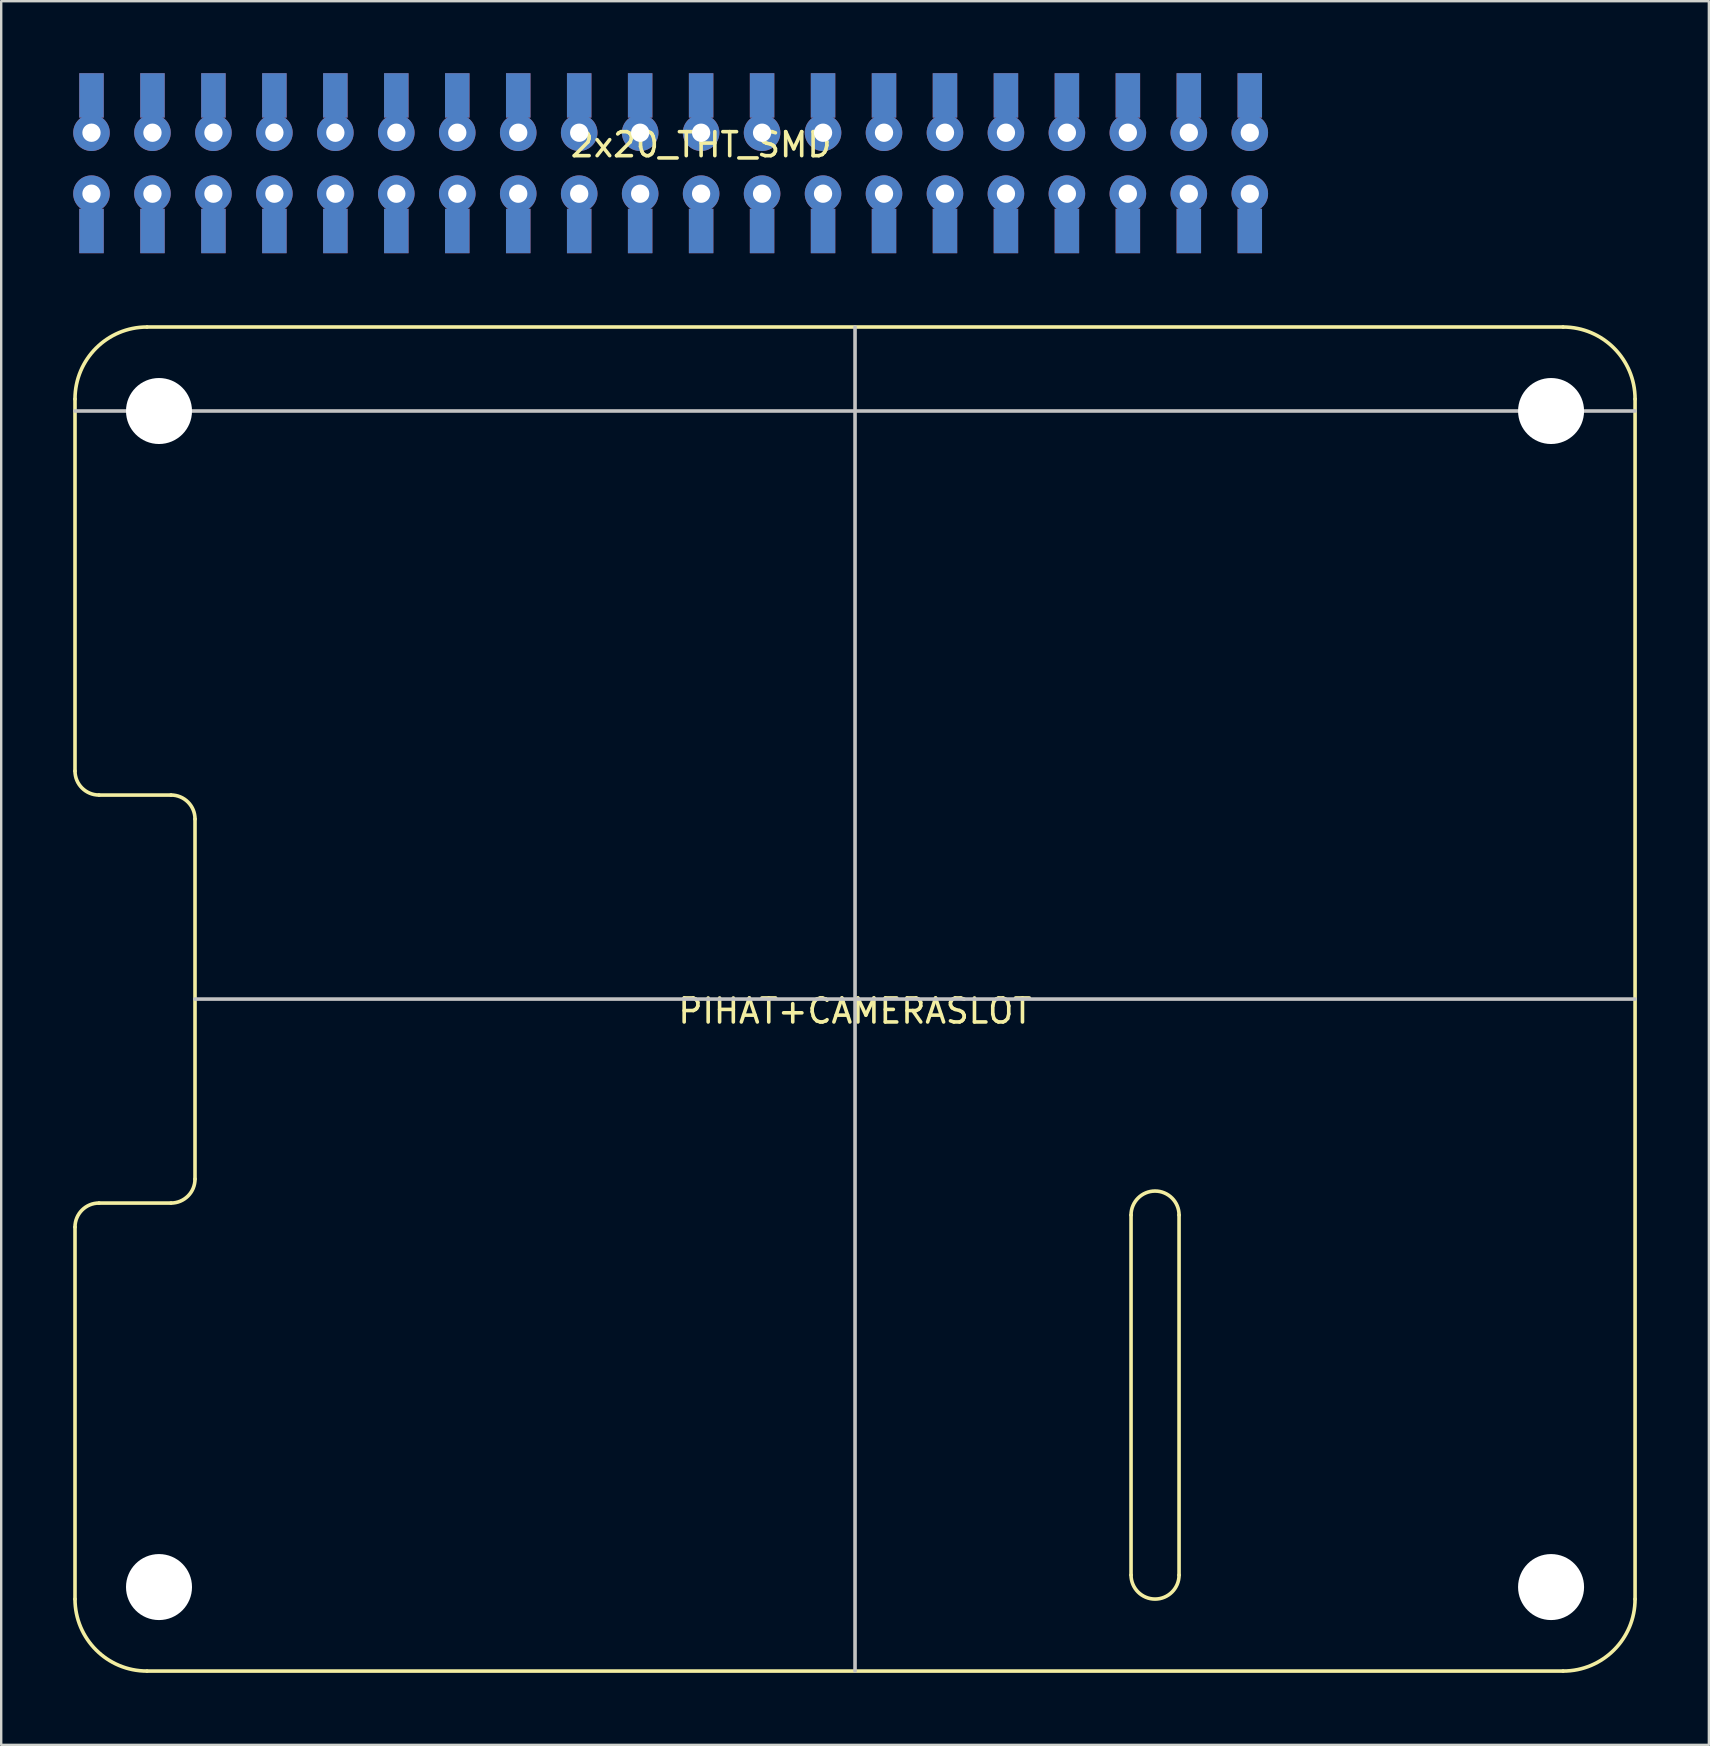
<source format=kicad_pcb>
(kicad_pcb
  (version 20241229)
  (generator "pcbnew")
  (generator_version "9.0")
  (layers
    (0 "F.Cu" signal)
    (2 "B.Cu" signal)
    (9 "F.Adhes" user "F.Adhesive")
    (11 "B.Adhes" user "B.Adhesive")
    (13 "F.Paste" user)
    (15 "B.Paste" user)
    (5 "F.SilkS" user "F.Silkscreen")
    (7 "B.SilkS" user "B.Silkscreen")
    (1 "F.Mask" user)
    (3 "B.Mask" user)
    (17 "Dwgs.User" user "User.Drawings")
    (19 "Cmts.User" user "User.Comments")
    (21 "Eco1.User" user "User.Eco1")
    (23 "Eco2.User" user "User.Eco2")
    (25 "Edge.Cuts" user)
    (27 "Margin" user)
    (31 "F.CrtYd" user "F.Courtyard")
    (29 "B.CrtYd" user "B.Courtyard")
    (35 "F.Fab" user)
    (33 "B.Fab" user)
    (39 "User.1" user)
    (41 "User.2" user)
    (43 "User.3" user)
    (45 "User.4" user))
  (footprint "PIHAT+CAMERASLOT"
    (layer "F.Cu")
    (at 32.575 38.575)
    (property "Reference" "PIHAT+CAMERASLOT" (at 0 0.5 0) (layer "F.SilkS") (effects (font (size 1 1) (thickness 0.15))))
    (attr through_hole)
    (fp_line (start -32.5 -25) (end -32.5 -9.5) (stroke (width 0.15) (type solid)) (layer "F.SilkS"))
    (fp_line (start -32.5 9.5) (end -32.5 25) (stroke (width 0.15) (type solid)) (layer "F.SilkS"))
    (fp_line (start -31.5 -8.5) (end -28.5 -8.5) (stroke (width 0.15) (type solid)) (layer "F.SilkS"))
    (fp_line (start -31.5 8.5) (end -28.5 8.5) (stroke (width 0.15) (type solid)) (layer "F.SilkS"))
    (fp_line (start -29.5 -28) (end 29.5 -28) (stroke (width 0.15) (type solid)) (layer "F.SilkS"))
    (fp_line (start -27.5 7.5) (end -27.5 -7.5) (stroke (width 0.15) (type solid)) (layer "F.SilkS"))
    (fp_line (start 11.5 24) (end 11.5 9) (stroke (width 0.15) (type solid)) (layer "F.SilkS"))
    (fp_line (start 13.5 24) (end 13.5 9) (stroke (width 0.15) (type solid)) (layer "F.SilkS"))
    (fp_line (start 29.5 28) (end -29.5 28) (stroke (width 0.15) (type solid)) (layer "F.SilkS"))
    (fp_line (start 32.5 -25) (end 32.5 25) (stroke (width 0.15) (type solid)) (layer "F.SilkS"))
    (fp_arc (start -32.5 -25) (mid -31.62132 -27.12132) (end -29.5 -28) (stroke (width 0.15) (type solid)) (layer "F.SilkS"))
    (fp_arc (start -32.5 9.5) (mid -32.207107 8.792893) (end -31.5 8.5) (stroke (width 0.15) (type solid)) (layer "F.SilkS"))
    (fp_arc (start -31.5 -8.5) (mid -32.207107 -8.792893) (end -32.5 -9.5) (stroke (width 0.15) (type solid)) (layer "F.SilkS"))
    (fp_arc (start -29.5 28) (mid -31.62132 27.12132) (end -32.5 25) (stroke (width 0.15) (type solid)) (layer "F.SilkS"))
    (fp_arc (start -28.5 -8.5) (mid -27.792893 -8.207107) (end -27.5 -7.5) (stroke (width 0.15) (type solid)) (layer "F.SilkS"))
    (fp_arc (start -27.5 7.5) (mid -27.792893 8.207107) (end -28.5 8.5) (stroke (width 0.15) (type solid)) (layer "F.SilkS"))
    (fp_arc (start 11.5 9) (mid 12.5 8) (end 13.5 9) (stroke (width 0.15) (type solid)) (layer "F.SilkS"))
    (fp_arc (start 13.5 24) (mid 12.5 25) (end 11.5 24) (stroke (width 0.15) (type solid)) (layer "F.SilkS"))
    (fp_arc (start 29.5 -28) (mid 31.62132 -27.12132) (end 32.5 -25) (stroke (width 0.15) (type solid)) (layer "F.SilkS"))
    (fp_arc (start 32.5 25) (mid 31.62132 27.12132) (end 29.5 28) (stroke (width 0.15) (type solid)) (layer "F.SilkS"))
    (fp_line (start 0 28) (end 0 -28) (stroke (width 0.15) (type solid)) (layer "Dwgs.User"))
    (fp_line (start 32.5 -24.5) (end -32.5 -24.5) (stroke (width 0.15) (type solid)) (layer "Dwgs.User"))
    (fp_line (start 32.5 0) (end -27.5 0) (stroke (width 0.15) (type solid)) (layer "Dwgs.User"))
    (pad "" np_thru_hole circle (at -29 -24.5) (size 2.75 2.75) (drill 2.75) (layers "*.Cu" "*.Mask"))
    (pad "" np_thru_hole circle (at -29 24.5) (size 2.75 2.75) (drill 2.75) (layers "*.Cu" "*.Mask"))
    (pad "" np_thru_hole circle (at 29 -24.5) (size 2.75 2.75) (drill 2.75) (layers "*.Cu" "*.Mask"))
    (pad "" np_thru_hole circle (at 29 24.5) (size 2.75 2.75) (drill 2.75) (layers "*.Cu" "*.Mask")))
  (footprint "2x20_THT_SMD"
    (layer "F.Cu")
    (at 24.892 3.75)
    (property "Reference" "2x20_THT_SMD" (at 1.27 -0.77 0) (layer "F.SilkS") (effects (font (size 1 1) (thickness 0.15))))
    (attr through_hole)
    (pad "1" thru_hole circle (at -24.13 1.27) (size 1.524 1.524) (drill 0.762) (layers "*.Cu" "*.Mask"))
    (pad "1" smd rect (at -24.13 2.825) (size 1.02 1.85) (layers "F.Cu" "F.Mask" "F.Paste"))
    (pad "1" smd rect (at -24.13 2.825) (size 1.02 1.85) (layers "B.Cu" "B.Mask" "B.Paste"))
    (pad "2" smd rect (at -24.13 -2.825) (size 1.02 1.85) (layers "B.Cu" "B.Mask" "B.Paste"))
    (pad "2" thru_hole circle (at -24.13 -1.27) (size 1.524 1.524) (drill 0.762) (layers "*.Cu" "*.Mask"))
    (pad "3" smd rect (at -24.13 -2.825) (size 1.02 1.85) (layers "F.Cu" "F.Mask" "F.Paste"))
    (pad "3" thru_hole circle (at -21.59 1.27) (size 1.524 1.524) (drill 0.762) (layers "*.Cu" "*.Mask"))
    (pad "3" smd rect (at -21.59 2.825) (size 1.02 1.85) (layers "B.Cu" "B.Mask" "B.Paste"))
    (pad "4" smd rect (at -21.59 -2.825) (size 1.02 1.85) (layers "B.Cu" "B.Mask" "B.Paste"))
    (pad "4" thru_hole circle (at -21.59 -1.27) (size 1.524 1.524) (drill 0.762) (layers "*.Cu" "*.Mask"))
    (pad "4" smd rect (at -21.59 2.825) (size 1.02 1.85) (layers "F.Cu" "F.Mask" "F.Paste"))
    (pad "5" smd rect (at -21.59 -2.825) (size 1.02 1.85) (layers "F.Cu" "F.Mask" "F.Paste"))
    (pad "5" thru_hole circle (at -19.05 1.27) (size 1.524 1.524) (drill 0.762) (layers "*.Cu" "*.Mask"))
    (pad "5" smd rect (at -19.05 2.825) (size 1.02 1.85) (layers "B.Cu" "B.Mask" "B.Paste"))
    (pad "6" smd rect (at -19.05 -2.825) (size 1.02 1.85) (layers "B.Cu" "B.Mask" "B.Paste"))
    (pad "6" thru_hole circle (at -19.05 -1.27) (size 1.524 1.524) (drill 0.762) (layers "*.Cu" "*.Mask"))
    (pad "6" smd rect (at -19.05 2.825) (size 1.02 1.85) (layers "F.Cu" "F.Mask" "F.Paste"))
    (pad "7" smd rect (at -19.05 -2.825) (size 1.02 1.85) (layers "F.Cu" "F.Mask" "F.Paste"))
    (pad "7" thru_hole circle (at -16.51 1.27) (size 1.524 1.524) (drill 0.762) (layers "*.Cu" "*.Mask"))
    (pad "7" smd rect (at -16.51 2.825) (size 1.02 1.85) (layers "B.Cu" "B.Mask" "B.Paste"))
    (pad "8" smd rect (at -16.51 -2.825) (size 1.02 1.85) (layers "B.Cu" "B.Mask" "B.Paste"))
    (pad "8" thru_hole circle (at -16.51 -1.27) (size 1.524 1.524) (drill 0.762) (layers "*.Cu" "*.Mask"))
    (pad "8" smd rect (at -16.51 2.825) (size 1.02 1.85) (layers "F.Cu" "F.Mask" "F.Paste"))
    (pad "9" smd rect (at -16.51 -2.825) (size 1.02 1.85) (layers "F.Cu" "F.Mask" "F.Paste"))
    (pad "9" thru_hole circle (at -13.97 1.27) (size 1.524 1.524) (drill 0.762) (layers "*.Cu" "*.Mask"))
    (pad "9" smd rect (at -13.97 2.825) (size 1.02 1.85) (layers "B.Cu" "B.Mask" "B.Paste"))
    (pad "10" smd rect (at -13.97 -2.825) (size 1.02 1.85) (layers "B.Cu" "B.Mask" "B.Paste"))
    (pad "10" thru_hole circle (at -13.97 -1.27) (size 1.524 1.524) (drill 0.762) (layers "*.Cu" "*.Mask"))
    (pad "10" smd rect (at -13.97 2.825) (size 1.02 1.85) (layers "F.Cu" "F.Mask" "F.Paste"))
    (pad "11" smd rect (at -13.97 -2.825) (size 1.02 1.85) (layers "F.Cu" "F.Mask" "F.Paste"))
    (pad "11" thru_hole circle (at -11.43 1.27) (size 1.524 1.524) (drill 0.762) (layers "*.Cu" "*.Mask"))
    (pad "11" smd rect (at -11.43 2.825) (size 1.02 1.85) (layers "B.Cu" "B.Mask" "B.Paste"))
    (pad "12" smd rect (at -11.43 -2.825) (size 1.02 1.85) (layers "B.Cu" "B.Mask" "B.Paste"))
    (pad "12" thru_hole circle (at -11.43 -1.27) (size 1.524 1.524) (drill 0.762) (layers "*.Cu" "*.Mask"))
    (pad "12" smd rect (at -11.43 2.825) (size 1.02 1.85) (layers "F.Cu" "F.Mask" "F.Paste"))
    (pad "13" smd rect (at -11.43 -2.825) (size 1.02 1.85) (layers "F.Cu" "F.Mask" "F.Paste"))
    (pad "13" thru_hole circle (at -8.89 1.27) (size 1.524 1.524) (drill 0.762) (layers "*.Cu" "*.Mask"))
    (pad "13" smd rect (at -8.89 2.825) (size 1.02 1.85) (layers "B.Cu" "B.Mask" "B.Paste"))
    (pad "14" smd rect (at -8.89 -2.825) (size 1.02 1.85) (layers "B.Cu" "B.Mask" "B.Paste"))
    (pad "14" thru_hole circle (at -8.89 -1.27) (size 1.524 1.524) (drill 0.762) (layers "*.Cu" "*.Mask"))
    (pad "14" smd rect (at -8.89 2.825) (size 1.02 1.85) (layers "F.Cu" "F.Mask" "F.Paste"))
    (pad "15" smd rect (at -8.89 -2.825) (size 1.02 1.85) (layers "F.Cu" "F.Mask" "F.Paste"))
    (pad "15" thru_hole circle (at -6.35 1.27) (size 1.524 1.524) (drill 0.762) (layers "*.Cu" "*.Mask"))
    (pad "15" smd rect (at -6.35 2.825) (size 1.02 1.85) (layers "B.Cu" "B.Mask" "B.Paste"))
    (pad "16" smd rect (at -6.35 -2.825) (size 1.02 1.85) (layers "B.Cu" "B.Mask" "B.Paste"))
    (pad "16" thru_hole circle (at -6.35 -1.27) (size 1.524 1.524) (drill 0.762) (layers "*.Cu" "*.Mask"))
    (pad "16" smd rect (at -6.35 2.825) (size 1.02 1.85) (layers "F.Cu" "F.Mask" "F.Paste"))
    (pad "17" smd rect (at -6.35 -2.825) (size 1.02 1.85) (layers "F.Cu" "F.Mask" "F.Paste"))
    (pad "17" thru_hole circle (at -3.81 1.27) (size 1.524 1.524) (drill 0.762) (layers "*.Cu" "*.Mask"))
    (pad "17" smd rect (at -3.81 2.825) (size 1.02 1.85) (layers "B.Cu" "B.Mask" "B.Paste"))
    (pad "18" smd rect (at -3.81 -2.825) (size 1.02 1.85) (layers "B.Cu" "B.Mask" "B.Paste"))
    (pad "18" thru_hole circle (at -3.81 -1.27) (size 1.524 1.524) (drill 0.762) (layers "*.Cu" "*.Mask"))
    (pad "18" smd rect (at -3.81 2.825) (size 1.02 1.85) (layers "F.Cu" "F.Mask" "F.Paste"))
    (pad "19" smd rect (at -3.81 -2.825) (size 1.02 1.85) (layers "F.Cu" "F.Mask" "F.Paste"))
    (pad "19" thru_hole circle (at -1.27 1.27) (size 1.524 1.524) (drill 0.762) (layers "*.Cu" "*.Mask"))
    (pad "19" smd rect (at -1.27 2.825) (size 1.02 1.85) (layers "B.Cu" "B.Mask" "B.Paste"))
    (pad "20" smd rect (at -1.27 -2.825) (size 1.02 1.85) (layers "B.Cu" "B.Mask" "B.Paste"))
    (pad "20" thru_hole circle (at -1.27 -1.27) (size 1.524 1.524) (drill 0.762) (layers "*.Cu" "*.Mask"))
    (pad "20" smd rect (at -1.27 2.825) (size 1.02 1.85) (layers "F.Cu" "F.Mask" "F.Paste"))
    (pad "21" smd rect (at -1.27 -2.825) (size 1.02 1.85) (layers "F.Cu" "F.Mask" "F.Paste"))
    (pad "21" thru_hole circle (at 1.27 1.27) (size 1.524 1.524) (drill 0.762) (layers "*.Cu" "*.Mask"))
    (pad "21" smd rect (at 1.27 2.825) (size 1.02 1.85) (layers "B.Cu" "B.Mask" "B.Paste"))
    (pad "22" smd rect (at 1.27 -2.825) (size 1.02 1.85) (layers "B.Cu" "B.Mask" "B.Paste"))
    (pad "22" thru_hole circle (at 1.27 -1.27) (size 1.524 1.524) (drill 0.762) (layers "*.Cu" "*.Mask"))
    (pad "22" smd rect (at 1.27 2.825) (size 1.02 1.85) (layers "F.Cu" "F.Mask" "F.Paste"))
    (pad "23" smd rect (at 1.27 -2.825) (size 1.02 1.85) (layers "F.Cu" "F.Mask" "F.Paste"))
    (pad "23" thru_hole circle (at 3.81 1.27) (size 1.524 1.524) (drill 0.762) (layers "*.Cu" "*.Mask"))
    (pad "23" smd rect (at 3.81 2.825) (size 1.02 1.85) (layers "B.Cu" "B.Mask" "B.Paste"))
    (pad "24" smd rect (at 3.81 -2.825) (size 1.02 1.85) (layers "B.Cu" "B.Mask" "B.Paste"))
    (pad "24" thru_hole circle (at 3.81 -1.27) (size 1.524 1.524) (drill 0.762) (layers "*.Cu" "*.Mask"))
    (pad "24" smd rect (at 3.81 2.825) (size 1.02 1.85) (layers "F.Cu" "F.Mask" "F.Paste"))
    (pad "25" smd rect (at 3.81 -2.825) (size 1.02 1.85) (layers "F.Cu" "F.Mask" "F.Paste"))
    (pad "25" thru_hole circle (at 6.35 1.27) (size 1.524 1.524) (drill 0.762) (layers "*.Cu" "*.Mask"))
    (pad "25" smd rect (at 6.35 2.825) (size 1.02 1.85) (layers "B.Cu" "B.Mask" "B.Paste"))
    (pad "26" smd rect (at 6.35 -2.825) (size 1.02 1.85) (layers "B.Cu" "B.Mask" "B.Paste"))
    (pad "26" thru_hole circle (at 6.35 -1.27) (size 1.524 1.524) (drill 0.762) (layers "*.Cu" "*.Mask"))
    (pad "26" smd rect (at 6.35 2.825) (size 1.02 1.85) (layers "F.Cu" "F.Mask" "F.Paste"))
    (pad "27" smd rect (at 6.35 -2.825) (size 1.02 1.85) (layers "F.Cu" "F.Mask" "F.Paste"))
    (pad "27" thru_hole circle (at 8.89 1.27) (size 1.524 1.524) (drill 0.762) (layers "*.Cu" "*.Mask"))
    (pad "27" smd rect (at 8.89 2.825) (size 1.02 1.85) (layers "B.Cu" "B.Mask" "B.Paste"))
    (pad "28" smd rect (at 8.89 -2.825) (size 1.02 1.85) (layers "B.Cu" "B.Mask" "B.Paste"))
    (pad "28" thru_hole circle (at 8.89 -1.27) (size 1.524 1.524) (drill 0.762) (layers "*.Cu" "*.Mask"))
    (pad "28" smd rect (at 8.89 2.825) (size 1.02 1.85) (layers "F.Cu" "F.Mask" "F.Paste"))
    (pad "29" smd rect (at 8.89 -2.825) (size 1.02 1.85) (layers "F.Cu" "F.Mask" "F.Paste"))
    (pad "29" thru_hole circle (at 11.43 1.27) (size 1.524 1.524) (drill 0.762) (layers "*.Cu" "*.Mask"))
    (pad "29" smd rect (at 11.43 2.825) (size 1.02 1.85) (layers "B.Cu" "B.Mask" "B.Paste"))
    (pad "30" smd rect (at 11.43 -2.825) (size 1.02 1.85) (layers "B.Cu" "B.Mask" "B.Paste"))
    (pad "30" thru_hole circle (at 11.43 -1.27) (size 1.524 1.524) (drill 0.762) (layers "*.Cu" "*.Mask"))
    (pad "30" smd rect (at 11.43 2.825) (size 1.02 1.85) (layers "F.Cu" "F.Mask" "F.Paste"))
    (pad "31" smd rect (at 11.43 -2.825) (size 1.02 1.85) (layers "F.Cu" "F.Mask" "F.Paste"))
    (pad "31" thru_hole circle (at 13.97 1.27) (size 1.524 1.524) (drill 0.762) (layers "*.Cu" "*.Mask"))
    (pad "31" smd rect (at 13.97 2.825) (size 1.02 1.85) (layers "B.Cu" "B.Mask" "B.Paste"))
    (pad "32" smd rect (at 13.97 -2.825) (size 1.02 1.85) (layers "B.Cu" "B.Mask" "B.Paste"))
    (pad "32" thru_hole circle (at 13.97 -1.27) (size 1.524 1.524) (drill 0.762) (layers "*.Cu" "*.Mask"))
    (pad "32" smd rect (at 13.97 2.825) (size 1.02 1.85) (layers "F.Cu" "F.Mask" "F.Paste"))
    (pad "33" smd rect (at 13.97 -2.825) (size 1.02 1.85) (layers "F.Cu" "F.Mask" "F.Paste"))
    (pad "33" thru_hole circle (at 16.51 1.27) (size 1.524 1.524) (drill 0.762) (layers "*.Cu" "*.Mask"))
    (pad "33" smd rect (at 16.51 2.825) (size 1.02 1.85) (layers "B.Cu" "B.Mask" "B.Paste"))
    (pad "34" smd rect (at 16.51 -2.825) (size 1.02 1.85) (layers "B.Cu" "B.Mask" "B.Paste"))
    (pad "34" thru_hole circle (at 16.51 -1.27) (size 1.524 1.524) (drill 0.762) (layers "*.Cu" "*.Mask"))
    (pad "34" smd rect (at 16.51 2.825) (size 1.02 1.85) (layers "F.Cu" "F.Mask" "F.Paste"))
    (pad "35" smd rect (at 16.51 -2.825) (size 1.02 1.85) (layers "F.Cu" "F.Mask" "F.Paste"))
    (pad "35" thru_hole circle (at 19.05 1.27) (size 1.524 1.524) (drill 0.762) (layers "*.Cu" "*.Mask"))
    (pad "35" smd rect (at 19.05 2.825) (size 1.02 1.85) (layers "B.Cu" "B.Mask" "B.Paste"))
    (pad "36" smd rect (at 19.05 -2.825) (size 1.02 1.85) (layers "B.Cu" "B.Mask" "B.Paste"))
    (pad "36" thru_hole circle (at 19.05 -1.27) (size 1.524 1.524) (drill 0.762) (layers "*.Cu" "*.Mask"))
    (pad "36" smd rect (at 19.05 2.825) (size 1.02 1.85) (layers "F.Cu" "F.Mask" "F.Paste"))
    (pad "37" smd rect (at 19.05 -2.825) (size 1.02 1.85) (layers "F.Cu" "F.Mask" "F.Paste"))
    (pad "37" thru_hole circle (at 21.59 1.27) (size 1.524 1.524) (drill 0.762) (layers "*.Cu" "*.Mask"))
    (pad "37" smd rect (at 21.59 2.825) (size 1.02 1.85) (layers "B.Cu" "B.Mask" "B.Paste"))
    (pad "38" smd rect (at 21.59 -2.825) (size 1.02 1.85) (layers "B.Cu" "B.Mask" "B.Paste"))
    (pad "38" thru_hole circle (at 21.59 -1.27) (size 1.524 1.524) (drill 0.762) (layers "*.Cu" "*.Mask"))
    (pad "38" smd rect (at 21.59 2.825) (size 1.02 1.85) (layers "F.Cu" "F.Mask" "F.Paste"))
    (pad "39" smd rect (at 21.59 -2.825) (size 1.02 1.85) (layers "F.Cu" "F.Mask" "F.Paste"))
    (pad "39" thru_hole circle (at 24.13 1.27) (size 1.524 1.524) (drill 0.762) (layers "*.Cu" "*.Mask"))
    (pad "39" smd rect (at 24.13 2.825) (size 1.02 1.85) (layers "B.Cu" "B.Mask" "B.Paste"))
    (pad "40" smd rect (at 24.13 -2.825) (size 1.02 1.85) (layers "B.Cu" "B.Mask" "B.Paste"))
    (pad "40" thru_hole circle (at 24.13 -1.27) (size 1.524 1.524) (drill 0.762) (layers "*.Cu" "*.Mask"))
    (pad "40" smd rect (at 24.13 2.825) (size 1.02 1.85) (layers "F.Cu" "F.Mask" "F.Paste"))
    (pad "41" smd rect (at 24.13 -2.825) (size 1.02 1.85) (layers "F.Cu" "F.Mask" "F.Paste")))
  (gr_rect
    (start -3 -3)
    (end 68.15 69.65)
    (stroke (width 0.1) (type default))
    (fill no)
    (layer "Edge.Cuts")))
</source>
